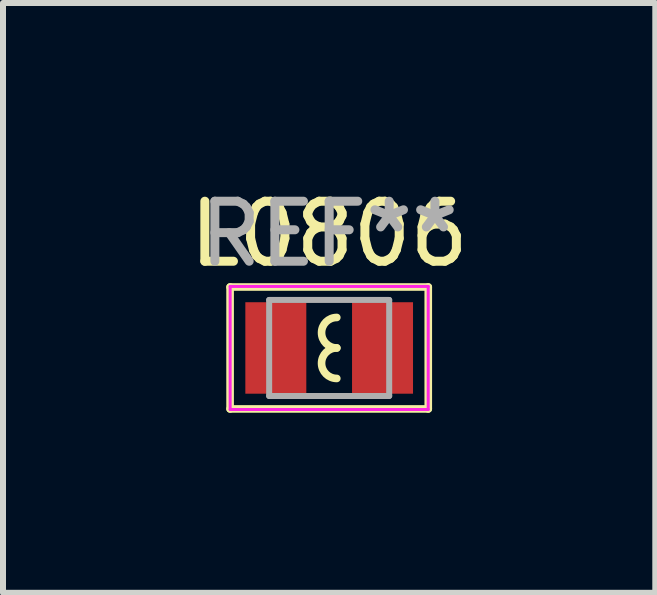
<source format=kicad_pcb>
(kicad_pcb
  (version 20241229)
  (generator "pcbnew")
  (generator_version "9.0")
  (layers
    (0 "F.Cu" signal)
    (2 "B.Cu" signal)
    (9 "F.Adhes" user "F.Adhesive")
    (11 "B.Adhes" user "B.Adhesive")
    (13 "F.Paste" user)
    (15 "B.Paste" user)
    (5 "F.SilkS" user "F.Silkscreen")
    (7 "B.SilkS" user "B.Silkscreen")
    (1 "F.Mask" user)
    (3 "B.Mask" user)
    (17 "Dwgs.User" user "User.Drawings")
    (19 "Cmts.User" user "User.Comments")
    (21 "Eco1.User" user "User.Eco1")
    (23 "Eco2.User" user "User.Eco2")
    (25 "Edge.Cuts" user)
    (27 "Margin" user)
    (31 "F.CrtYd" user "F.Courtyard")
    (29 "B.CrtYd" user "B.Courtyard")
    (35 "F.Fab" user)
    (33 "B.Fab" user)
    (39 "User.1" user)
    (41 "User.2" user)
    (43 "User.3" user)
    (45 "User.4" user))
  (footprint "L0806"
    (layer "F.Cu")
    (at 2.435 2.748)
    (property "Reference" "L0806" (at 0 -1.9 0) (layer "F.SilkS") (effects (font (size 1 1) (thickness 0.15))))
    (attr smd)
    (fp_line (start -1.651 -1.016) (end 1.651 -1.016) (stroke (width 0.127) (type solid)) (layer "F.SilkS"))
    (fp_line (start -1.651 1.016) (end -1.651 -1.016) (stroke (width 0.127) (type solid)) (layer "F.SilkS"))
    (fp_line (start 1.651 -1.016) (end 1.651 1.016) (stroke (width 0.127) (type solid)) (layer "F.SilkS"))
    (fp_line (start 1.651 1.016) (end -1.651 1.016) (stroke (width 0.127) (type solid)) (layer "F.SilkS"))
    (fp_arc (start 0.127 0) (mid -0.127 -0.254) (end 0.127 -0.508) (stroke (width 0.127) (type solid)) (layer "F.SilkS"))
    (fp_arc (start 0.127 0.508) (mid -0.127 0.254) (end 0.127 0) (stroke (width 0.127) (type solid)) (layer "F.SilkS"))
    (fp_line (start -1.65 -1.025) (end 1.65 -1.025) (stroke (width 0.05) (type solid)) (layer "F.CrtYd"))
    (fp_line (start -1.65 1.025) (end -1.65 -1.025) (stroke (width 0.05) (type solid)) (layer "F.CrtYd"))
    (fp_line (start 1.65 -1.025) (end 1.65 1.025) (stroke (width 0.05) (type solid)) (layer "F.CrtYd"))
    (fp_line (start 1.65 1.025) (end -1.65 1.025) (stroke (width 0.05) (type solid)) (layer "F.CrtYd"))
    (fp_line (start -1 -0.8) (end 1 -0.8) (stroke (width 0.1) (type solid)) (layer "F.Fab"))
    (fp_line (start -1 0.8) (end -1 -0.8) (stroke (width 0.1) (type solid)) (layer "F.Fab"))
    (fp_line (start 1 -0.8) (end 1 0.8) (stroke (width 0.1) (type solid)) (layer "F.Fab"))
    (fp_line (start 1 0.8) (end -1 0.8) (stroke (width 0.1) (type solid)) (layer "F.Fab"))
    (fp_text user "REF**" (at 0 -1.9 0) (layer "F.Fab") (effects (font (size 1 1) (thickness 0.15))))
    (pad "1" smd rect (at -0.889 0) (size 1.016 1.524) (layers "F.Cu" "F.Mask" "F.Paste"))
    (pad "2" smd rect (at 0.889 0) (size 1.016 1.524) (layers "F.Cu" "F.Mask" "F.Paste")))
  (gr_rect
    (start -3 -3)
    (end 7.869 6.828)
    (stroke (width 0.1) (type default))
    (fill no)
    (layer "Edge.Cuts")))
</source>
